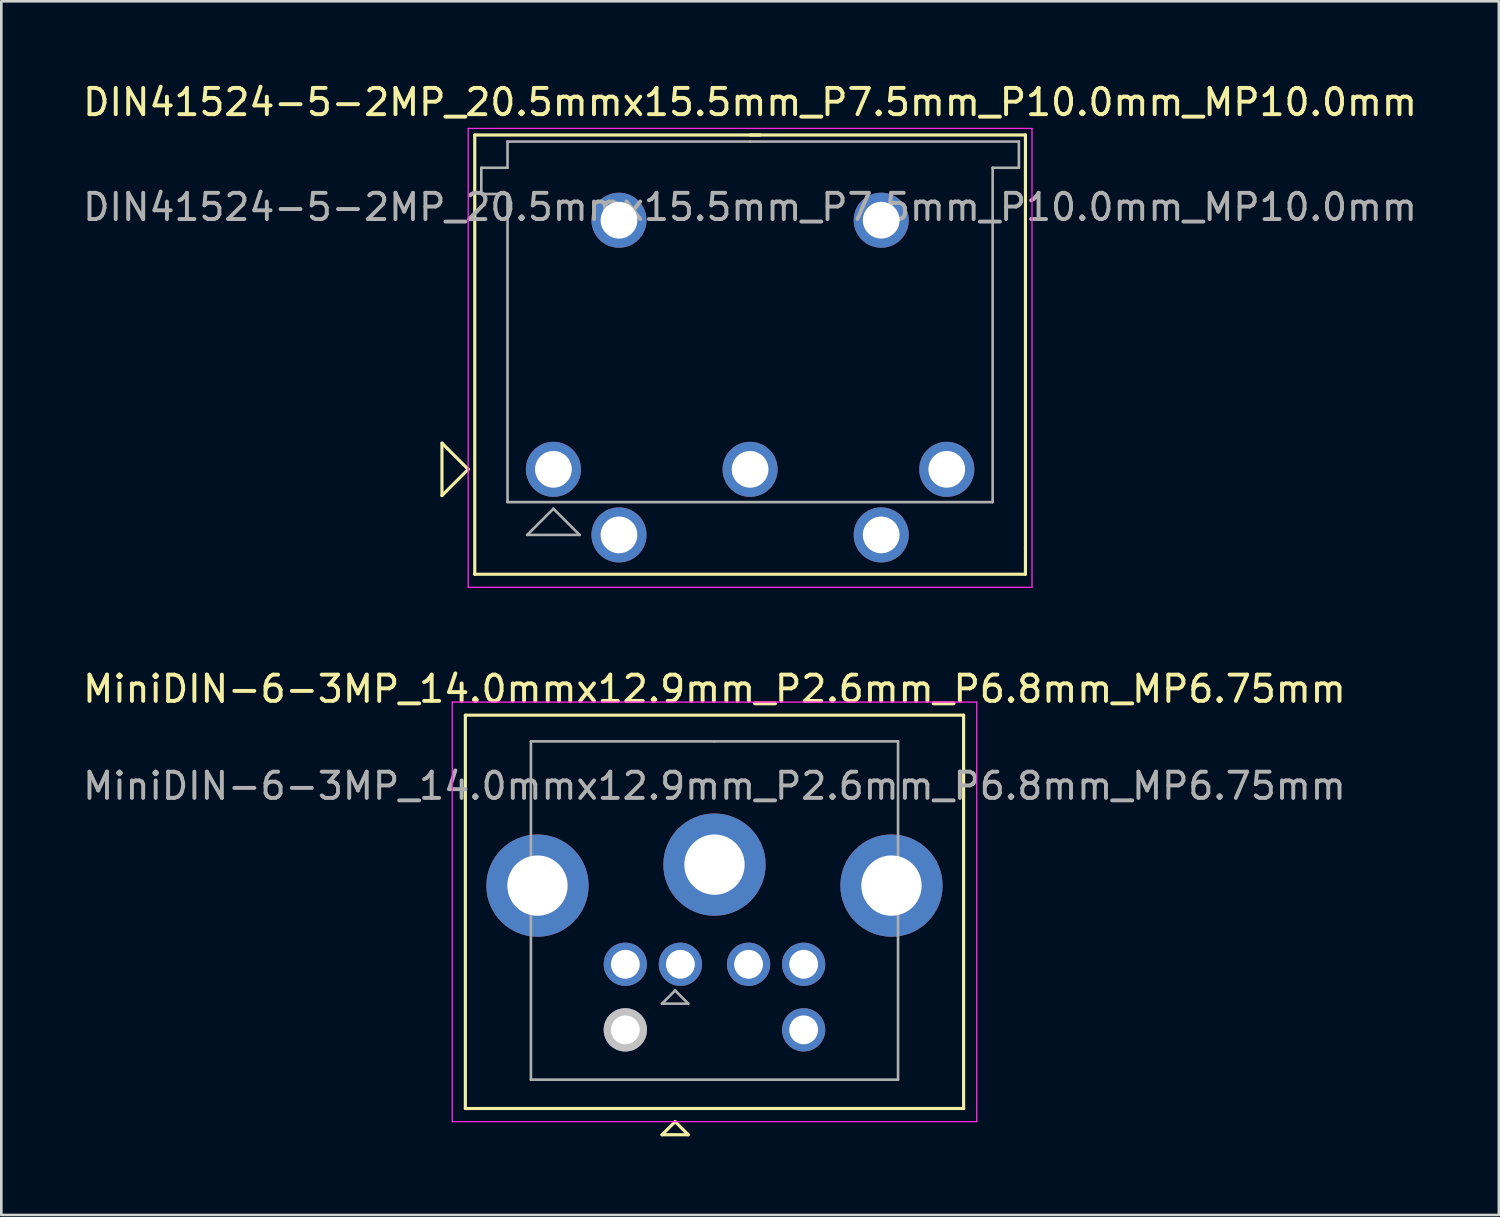
<source format=kicad_pcb>
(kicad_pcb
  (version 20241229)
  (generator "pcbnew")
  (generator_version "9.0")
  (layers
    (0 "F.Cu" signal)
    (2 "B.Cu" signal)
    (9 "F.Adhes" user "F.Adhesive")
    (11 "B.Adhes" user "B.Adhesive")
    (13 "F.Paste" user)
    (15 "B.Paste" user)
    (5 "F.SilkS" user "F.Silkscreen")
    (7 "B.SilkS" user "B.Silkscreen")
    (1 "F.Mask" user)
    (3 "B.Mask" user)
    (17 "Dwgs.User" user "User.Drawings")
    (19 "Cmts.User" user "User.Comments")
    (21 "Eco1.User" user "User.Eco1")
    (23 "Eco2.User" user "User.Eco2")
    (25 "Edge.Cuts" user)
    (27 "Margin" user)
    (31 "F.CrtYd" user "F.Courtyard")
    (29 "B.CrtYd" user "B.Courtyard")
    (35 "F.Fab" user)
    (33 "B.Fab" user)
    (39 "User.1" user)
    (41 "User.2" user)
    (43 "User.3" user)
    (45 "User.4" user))
  (footprint "DIN41524-5-2MP_20.5mmx15.5mm_P7.5mm_P10.0mm_MP10.0mm"
    (layer "F.Cu")
    (at 25.554 10.848)
    (property "Reference" "DIN41524-5-2MP_20.5mmx15.5mm_P7.5mm_P10.0mm_MP10.0mm" (at 0 -10 0) (unlocked yes) (layer "F.SilkS") (effects (font (size 1 1) (thickness 0.15))))
    (attr through_hole)
    (fp_line (start -11.75 3) (end -11.75 5) (stroke (width 0.12) (type solid)) (layer "F.SilkS"))
    (fp_line (start -11.75 5) (end -10.75 4) (stroke (width 0.12) (type solid)) (layer "F.SilkS"))
    (fp_line (start -10.75 4) (end -11.75 3) (stroke (width 0.12) (type solid)) (layer "F.SilkS"))
    (fp_line (start -10.5 -8.75) (end 0.375 -8.75) (stroke (width 0.12) (type solid)) (layer "F.SilkS"))
    (fp_line (start -10.5 8) (end -10.5 -8.75) (stroke (width 0.12) (type solid)) (layer "F.SilkS"))
    (fp_line (start 0 -8.75) (end 10.5 -8.75) (stroke (width 0.12) (type solid)) (layer "F.SilkS"))
    (fp_line (start 10.5 -8.75) (end 10.5 7) (stroke (width 0.12) (type solid)) (layer "F.SilkS"))
    (fp_line (start 10.5 7) (end 10.5 8) (stroke (width 0.12) (type solid)) (layer "F.SilkS"))
    (fp_line (start 10.5 8) (end -10.5 8) (stroke (width 0.12) (type solid)) (layer "F.SilkS"))
    (fp_line (start -10.75 -9) (end -10.75 8.5) (stroke (width 0.05) (type solid)) (layer "F.CrtYd"))
    (fp_line (start -10.75 8.5) (end 10.75 8.5) (stroke (width 0.05) (type solid)) (layer "F.CrtYd"))
    (fp_line (start 10.75 -9) (end -10.75 -9) (stroke (width 0.05) (type solid)) (layer "F.CrtYd"))
    (fp_line (start 10.75 8.5) (end 10.75 -9) (stroke (width 0.05) (type solid)) (layer "F.CrtYd"))
    (fp_line (start -10.25 -7.5) (end -10.25 -6.5) (stroke (width 0.1) (type solid)) (layer "F.Fab"))
    (fp_line (start -10.25 -6.5) (end -9.25 -6.5) (stroke (width 0.1) (type solid)) (layer "F.Fab"))
    (fp_line (start -9.25 -8.5) (end -9.25 -7.5) (stroke (width 0.1) (type solid)) (layer "F.Fab"))
    (fp_line (start -9.25 -7.5) (end -10.25 -7.5) (stroke (width 0.1) (type solid)) (layer "F.Fab"))
    (fp_line (start -9.25 -6.5) (end -9.25 5.25) (stroke (width 0.1) (type solid)) (layer "F.Fab"))
    (fp_line (start -8.5 6.5) (end -6.5 6.5) (stroke (width 0.1) (type solid)) (layer "F.Fab"))
    (fp_line (start -7.5 5.5) (end -8.5 6.5) (stroke (width 0.1) (type solid)) (layer "F.Fab"))
    (fp_line (start -6.5 6.5) (end -7.5 5.5) (stroke (width 0.1) (type solid)) (layer "F.Fab"))
    (fp_line (start 0 -8.5) (end -9.25 -8.5) (stroke (width 0.1) (type solid)) (layer "F.Fab"))
    (fp_line (start 0 -8.5) (end 10.25 -8.5) (stroke (width 0.1) (type solid)) (layer "F.Fab"))
    (fp_line (start 9.25 -7.5) (end 9.25 5.25) (stroke (width 0.1) (type solid)) (layer "F.Fab"))
    (fp_line (start 9.25 5.25) (end -9.25 5.25) (stroke (width 0.1) (type solid)) (layer "F.Fab"))
    (fp_line (start 10.25 -8.5) (end 10.25 -7.5) (stroke (width 0.1) (type solid)) (layer "F.Fab"))
    (fp_line (start 10.25 -7.5) (end 9.25 -7.5) (stroke (width 0.1) (type solid)) (layer "F.Fab"))
    (fp_text user "${REFERENCE}" (at 0 -6 0) (unlocked yes) (layer "F.Fab") (effects (font (size 1 1) (thickness 0.15))))
    (pad "1" thru_hole circle (at -7.5 4) (size 2.1 2.1) (drill 1.4) (layers "*.Cu" "*.Mask"))
    (pad "2" thru_hole circle (at 0 4) (size 2.1 2.1) (drill 1.4) (layers "*.Cu" "*.Mask"))
    (pad "3" thru_hole circle (at 7.5 4) (size 2.1 2.1) (drill 1.4) (layers "*.Cu" "*.Mask"))
    (pad "4" thru_hole circle (at -5 6.5) (size 2.1 2.1) (drill 1.4) (layers "*.Cu" "*.Mask"))
    (pad "5" thru_hole circle (at 5 6.5) (size 2.1 2.1) (drill 1.4) (layers "*.Cu" "*.Mask"))
    (pad "MP" thru_hole circle (at -5 -5.5) (size 2.1 2.1) (drill 1.4) (layers "*.Cu" "*.Mask"))
    (pad "MP" thru_hole circle (at 5 -5.5) (size 2.1 2.1) (drill 1.4) (layers "*.Cu" "*.Mask")))
  (footprint "MiniDIN-6-3MP_14.0mmx12.9mm_P2.6mm_P6.8mm_MP6.75mm"
    (layer "F.Cu")
    (at 24.196 32.922)
    (property "Reference" "MiniDIN-6-3MP_14.0mmx12.9mm_P2.6mm_P6.8mm_MP6.75mm" (at 0 -9.7 0) (unlocked yes) (layer "F.SilkS") (effects (font (size 1 1) (thickness 0.15))))
    (attr through_hole)
    (fp_line (start -9.5 -8.7) (end -9.5 6.3) (stroke (width 0.12) (type solid)) (layer "F.SilkS"))
    (fp_line (start -9.5 6.3) (end 9.5 6.3) (stroke (width 0.12) (type solid)) (layer "F.SilkS"))
    (fp_line (start -2 7.3) (end -1 7.3) (stroke (width 0.12) (type solid)) (layer "F.SilkS"))
    (fp_line (start -1.5 6.8) (end -2 7.3) (stroke (width 0.12) (type solid)) (layer "F.SilkS"))
    (fp_line (start -1 7.3) (end -1.5 6.8) (stroke (width 0.12) (type solid)) (layer "F.SilkS"))
    (fp_line (start 9.5 -8.7) (end -9.5 -8.7) (stroke (width 0.12) (type solid)) (layer "F.SilkS"))
    (fp_line (start 9.5 6.3) (end 9.5 -8.7) (stroke (width 0.12) (type solid)) (layer "F.SilkS"))
    (fp_line (start -10 -9.2) (end -10 6.8) (stroke (width 0.05) (type solid)) (layer "F.CrtYd"))
    (fp_line (start -10 6.8) (end 10 6.8) (stroke (width 0.05) (type solid)) (layer "F.CrtYd"))
    (fp_line (start 10 -9.2) (end -10 -9.2) (stroke (width 0.05) (type solid)) (layer "F.CrtYd"))
    (fp_line (start 10 6.8) (end 10 -9.2) (stroke (width 0.05) (type solid)) (layer "F.CrtYd"))
    (fp_line (start -7 -7.7) (end -7 5.2) (stroke (width 0.1) (type solid)) (layer "F.Fab"))
    (fp_line (start -7 5.2) (end 7 5.2) (stroke (width 0.1) (type solid)) (layer "F.Fab"))
    (fp_line (start -2 2.3) (end -1 2.3) (stroke (width 0.1) (type solid)) (layer "F.Fab"))
    (fp_line (start -1.5 1.8) (end -2 2.3) (stroke (width 0.1) (type solid)) (layer "F.Fab"))
    (fp_line (start -1 2.3) (end -1.5 1.8) (stroke (width 0.1) (type solid)) (layer "F.Fab"))
    (fp_line (start 0 -7.7) (end -7 -7.7) (stroke (width 0.1) (type solid)) (layer "F.Fab"))
    (fp_line (start 7 -7.7) (end 0 -7.7) (stroke (width 0.1) (type solid)) (layer "F.Fab"))
    (fp_line (start 7 5.2) (end 7 -7.7) (stroke (width 0.1) (type solid)) (layer "F.Fab"))
    (fp_text user "${REFERENCE}" (at 0 -6 0) (unlocked yes) (layer "F.Fab") (effects (font (size 1 1) (thickness 0.15))))
    (pad "1" thru_hole circle (at -1.3 0.8) (size 1.65 1.65) (drill 1.1) (layers "*.Cu" "*.Mask"))
    (pad "2" thru_hole circle (at 1.3 0.8) (size 1.65 1.65) (drill 1.1) (layers "*.Cu" "*.Mask"))
    (pad "3" thru_hole circle (at -3.4 0.8) (size 1.65 1.65) (drill 1.1) (layers "*.Cu" "*.Mask"))
    (pad "4" thru_hole circle (at 3.4 0.8) (size 1.65 1.65) (drill 1.1) (layers "*.Cu" "*.Mask"))
    (pad "5" thru_hole circle (at -3.4 3.3) (size 1.65 1.65) (drill 1.1) (layers "*.Cu" "*.Mask" "Dwgs.User"))
    (pad "6" thru_hole circle (at 3.4 3.3) (size 1.65 1.65) (drill 1.1) (layers "*.Cu" "*.Mask"))
    (pad "MP" thru_hole circle (at -6.75 -2.2) (size 3.9 3.9) (drill 2.3) (layers "*.Cu" "*.Mask"))
    (pad "MP" thru_hole circle (at 0 -3) (size 3.9 3.9) (drill 2.3) (layers "*.Cu" "*.Mask"))
    (pad "MP" thru_hole circle (at 6.75 -2.2) (size 3.9 3.9) (drill 2.3) (layers "*.Cu" "*.Mask")))
  (gr_rect
    (start -3 -3)
    (end 54.107 43.282)
    (stroke (width 0.1) (type default))
    (fill no)
    (layer "Edge.Cuts")))
</source>
